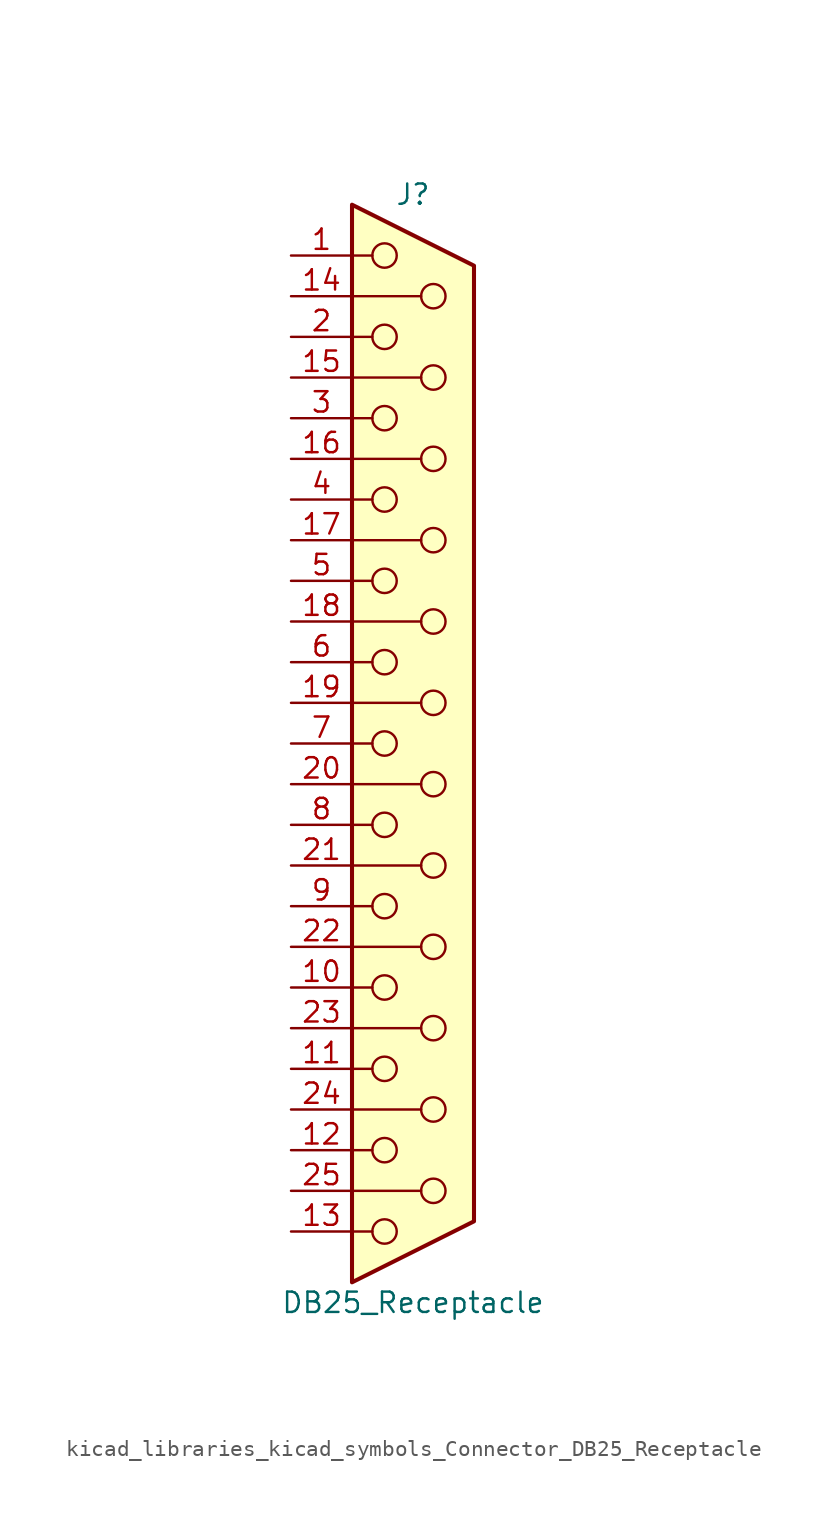
<source format=kicad_sym>
(kicad_symbol_lib
  (version 20220914)
  (generator kicad_symbol_editor)
  (symbol "kicad_libraries_kicad_symbols_Connector_DB25_Receptacle"
    (pin_names
      (offset 1.016) hide)
    (property "Reference" "J"
      (at 0 34.29 0)
      (effects (font (size 1.27 1.27))))
    (property "Value" "DB25_Receptacle"
      (at 0 -34.925 0)
      (effects (font (size 1.27 1.27))))
    (symbol "kicad_libraries_kicad_symbols_Connector_DB25_Receptacle_0_1"
      (circle (center -1.778 -30.48) (radius 0.762) (stroke (width 0) (type default)) (fill (type none)))
      (circle (center -1.778 -25.4) (radius 0.762) (stroke (width 0) (type default)) (fill (type none)))
      (circle (center -1.778 -20.32) (radius 0.762) (stroke (width 0) (type default)) (fill (type none)))
      (circle (center -1.778 -15.24) (radius 0.762) (stroke (width 0) (type default)) (fill (type none)))
      (circle (center -1.778 -10.16) (radius 0.762) (stroke (width 0) (type default)) (fill (type none)))
      (circle (center -1.778 -5.08) (radius 0.762) (stroke (width 0) (type default)) (fill (type none)))
      (circle (center -1.778 0) (radius 0.762) (stroke (width 0) (type default)) (fill (type none)))
      (circle (center -1.778 5.08) (radius 0.762) (stroke (width 0) (type default)) (fill (type none)))
      (circle (center -1.778 10.16) (radius 0.762) (stroke (width 0) (type default)) (fill (type none)))
      (circle (center -1.778 15.24) (radius 0.762) (stroke (width 0) (type default)) (fill (type none)))
      (circle (center -1.778 20.32) (radius 0.762) (stroke (width 0) (type default)) (fill (type none)))
      (circle (center -1.778 25.4) (radius 0.762) (stroke (width 0) (type default)) (fill (type none)))
      (circle (center -1.778 30.48) (radius 0.762) (stroke (width 0) (type default)) (fill (type none)))
      (polyline (pts (xy -3.81 -30.48) (xy -2.54 -30.48)) (stroke (width 0) (type default)) (fill (type none)))
      (polyline (pts (xy -3.81 -27.94) (xy 0.508 -27.94)) (stroke (width 0) (type default)) (fill (type none)))
      (polyline (pts (xy -3.81 -25.4) (xy -2.54 -25.4)) (stroke (width 0) (type default)) (fill (type none)))
      (polyline (pts (xy -3.81 -22.86) (xy 0.508 -22.86)) (stroke (width 0) (type default)) (fill (type none)))
      (polyline (pts (xy -3.81 -20.32) (xy -2.54 -20.32)) (stroke (width 0) (type default)) (fill (type none)))
      (polyline (pts (xy -3.81 -17.78) (xy 0.508 -17.78)) (stroke (width 0) (type default)) (fill (type none)))
      (polyline (pts (xy -3.81 -15.24) (xy -2.54 -15.24)) (stroke (width 0) (type default)) (fill (type none)))
      (polyline (pts (xy -3.81 -12.7) (xy 0.508 -12.7)) (stroke (width 0) (type default)) (fill (type none)))
      (polyline (pts (xy -3.81 -10.16) (xy -2.54 -10.16)) (stroke (width 0) (type default)) (fill (type none)))
      (polyline (pts (xy -3.81 -7.62) (xy 0.508 -7.62)) (stroke (width 0) (type default)) (fill (type none)))
      (polyline (pts (xy -3.81 -5.08) (xy -2.54 -5.08)) (stroke (width 0) (type default)) (fill (type none)))
      (polyline (pts (xy -3.81 -2.54) (xy 0.508 -2.54)) (stroke (width 0) (type default)) (fill (type none)))
      (polyline (pts (xy -3.81 0) (xy -2.54 0)) (stroke (width 0) (type default)) (fill (type none)))
      (polyline (pts (xy -3.81 2.54) (xy 0.508 2.54)) (stroke (width 0) (type default)) (fill (type none)))
      (polyline (pts (xy -3.81 5.08) (xy -2.54 5.08)) (stroke (width 0) (type default)) (fill (type none)))
      (polyline (pts (xy -3.81 7.62) (xy 0.508 7.62)) (stroke (width 0) (type default)) (fill (type none)))
      (polyline (pts (xy -3.81 10.16) (xy -2.54 10.16)) (stroke (width 0) (type default)) (fill (type none)))
      (polyline (pts (xy -3.81 12.7) (xy 0.508 12.7)) (stroke (width 0) (type default)) (fill (type none)))
      (polyline (pts (xy -3.81 15.24) (xy -2.54 15.24)) (stroke (width 0) (type default)) (fill (type none)))
      (polyline (pts (xy -3.81 17.78) (xy 0.508 17.78)) (stroke (width 0) (type default)) (fill (type none)))
      (polyline (pts (xy -3.81 20.32) (xy -2.54 20.32)) (stroke (width 0) (type default)) (fill (type none)))
      (polyline (pts (xy -3.81 22.86) (xy 0.508 22.86)) (stroke (width 0) (type default)) (fill (type none)))
      (polyline (pts (xy -3.81 25.4) (xy -2.54 25.4)) (stroke (width 0) (type default)) (fill (type none)))
      (polyline (pts (xy -3.81 27.94) (xy 0.508 27.94)) (stroke (width 0) (type default)) (fill (type none)))
      (polyline (pts (xy -3.81 30.48) (xy -2.54 30.48)) (stroke (width 0) (type default)) (fill (type none)))
      (polyline (pts (xy -3.81 33.655) (xy 3.81 29.845) (xy 3.81 -29.845) (xy -3.81 -33.655) (xy -3.81 33.655)) (stroke (width 0.254) (type default)) (fill (type background)))
      (circle (center 1.27 -27.94) (radius 0.762) (stroke (width 0) (type default)) (fill (type none)))
      (circle (center 1.27 -22.86) (radius 0.762) (stroke (width 0) (type default)) (fill (type none)))
      (circle (center 1.27 -17.78) (radius 0.762) (stroke (width 0) (type default)) (fill (type none)))
      (circle (center 1.27 -12.7) (radius 0.762) (stroke (width 0) (type default)) (fill (type none)))
      (circle (center 1.27 -7.62) (radius 0.762) (stroke (width 0) (type default)) (fill (type none)))
      (circle (center 1.27 -2.54) (radius 0.762) (stroke (width 0) (type default)) (fill (type none)))
      (circle (center 1.27 2.54) (radius 0.762) (stroke (width 0) (type default)) (fill (type none)))
      (circle (center 1.27 7.62) (radius 0.762) (stroke (width 0) (type default)) (fill (type none)))
      (circle (center 1.27 12.7) (radius 0.762) (stroke (width 0) (type default)) (fill (type none)))
      (circle (center 1.27 17.78) (radius 0.762) (stroke (width 0) (type default)) (fill (type none)))
      (circle (center 1.27 22.86) (radius 0.762) (stroke (width 0) (type default)) (fill (type none)))
      (circle (center 1.27 27.94) (radius 0.762) (stroke (width 0) (type default)) (fill (type none))))
    (symbol "kicad_libraries_kicad_symbols_Connector_DB25_Receptacle_1_1"
      (pin passive line (at -7.62 30.48 0) (length 3.81) (name "1" (effects (font (size 1.27 1.27)))) (number "1" (effects (font (size 1.27 1.27)))))
      (pin passive line (at -7.62 -15.24 0) (length 3.81) (name "10" (effects (font (size 1.27 1.27)))) (number "10" (effects (font (size 1.27 1.27)))))
      (pin passive line (at -7.62 -20.32 0) (length 3.81) (name "11" (effects (font (size 1.27 1.27)))) (number "11" (effects (font (size 1.27 1.27)))))
      (pin passive line (at -7.62 -25.4 0) (length 3.81) (name "12" (effects (font (size 1.27 1.27)))) (number "12" (effects (font (size 1.27 1.27)))))
      (pin passive line (at -7.62 -30.48 0) (length 3.81) (name "13" (effects (font (size 1.27 1.27)))) (number "13" (effects (font (size 1.27 1.27)))))
      (pin passive line (at -7.62 27.94 0) (length 3.81) (name "P14" (effects (font (size 1.27 1.27)))) (number "14" (effects (font (size 1.27 1.27)))))
      (pin passive line (at -7.62 22.86 0) (length 3.81) (name "P15" (effects (font (size 1.27 1.27)))) (number "15" (effects (font (size 1.27 1.27)))))
      (pin passive line (at -7.62 17.78 0) (length 3.81) (name "P16" (effects (font (size 1.27 1.27)))) (number "16" (effects (font (size 1.27 1.27)))))
      (pin passive line (at -7.62 12.7 0) (length 3.81) (name "P17" (effects (font (size 1.27 1.27)))) (number "17" (effects (font (size 1.27 1.27)))))
      (pin passive line (at -7.62 7.62 0) (length 3.81) (name "P18" (effects (font (size 1.27 1.27)))) (number "18" (effects (font (size 1.27 1.27)))))
      (pin passive line (at -7.62 2.54 0) (length 3.81) (name "P19" (effects (font (size 1.27 1.27)))) (number "19" (effects (font (size 1.27 1.27)))))
      (pin passive line (at -7.62 25.4 0) (length 3.81) (name "2" (effects (font (size 1.27 1.27)))) (number "2" (effects (font (size 1.27 1.27)))))
      (pin passive line (at -7.62 -2.54 0) (length 3.81) (name "P20" (effects (font (size 1.27 1.27)))) (number "20" (effects (font (size 1.27 1.27)))))
      (pin passive line (at -7.62 -7.62 0) (length 3.81) (name "P21" (effects (font (size 1.27 1.27)))) (number "21" (effects (font (size 1.27 1.27)))))
      (pin passive line (at -7.62 -12.7 0) (length 3.81) (name "P22" (effects (font (size 1.27 1.27)))) (number "22" (effects (font (size 1.27 1.27)))))
      (pin passive line (at -7.62 -17.78 0) (length 3.81) (name "P23" (effects (font (size 1.27 1.27)))) (number "23" (effects (font (size 1.27 1.27)))))
      (pin passive line (at -7.62 -22.86 0) (length 3.81) (name "P24" (effects (font (size 1.27 1.27)))) (number "24" (effects (font (size 1.27 1.27)))))
      (pin passive line (at -7.62 -27.94 0) (length 3.81) (name "P25" (effects (font (size 1.27 1.27)))) (number "25" (effects (font (size 1.27 1.27)))))
      (pin passive line (at -7.62 20.32 0) (length 3.81) (name "3" (effects (font (size 1.27 1.27)))) (number "3" (effects (font (size 1.27 1.27)))))
      (pin passive line (at -7.62 15.24 0) (length 3.81) (name "4" (effects (font (size 1.27 1.27)))) (number "4" (effects (font (size 1.27 1.27)))))
      (pin passive line (at -7.62 10.16 0) (length 3.81) (name "5" (effects (font (size 1.27 1.27)))) (number "5" (effects (font (size 1.27 1.27)))))
      (pin passive line (at -7.62 5.08 0) (length 3.81) (name "6" (effects (font (size 1.27 1.27)))) (number "6" (effects (font (size 1.27 1.27)))))
      (pin passive line (at -7.62 0 0) (length 3.81) (name "7" (effects (font (size 1.27 1.27)))) (number "7" (effects (font (size 1.27 1.27)))))
      (pin passive line (at -7.62 -5.08 0) (length 3.81) (name "8" (effects (font (size 1.27 1.27)))) (number "8" (effects (font (size 1.27 1.27)))))
      (pin passive line (at -7.62 -10.16 0) (length 3.81) (name "9" (effects (font (size 1.27 1.27)))) (number "9" (effects (font (size 1.27 1.27))))))))
</source>
